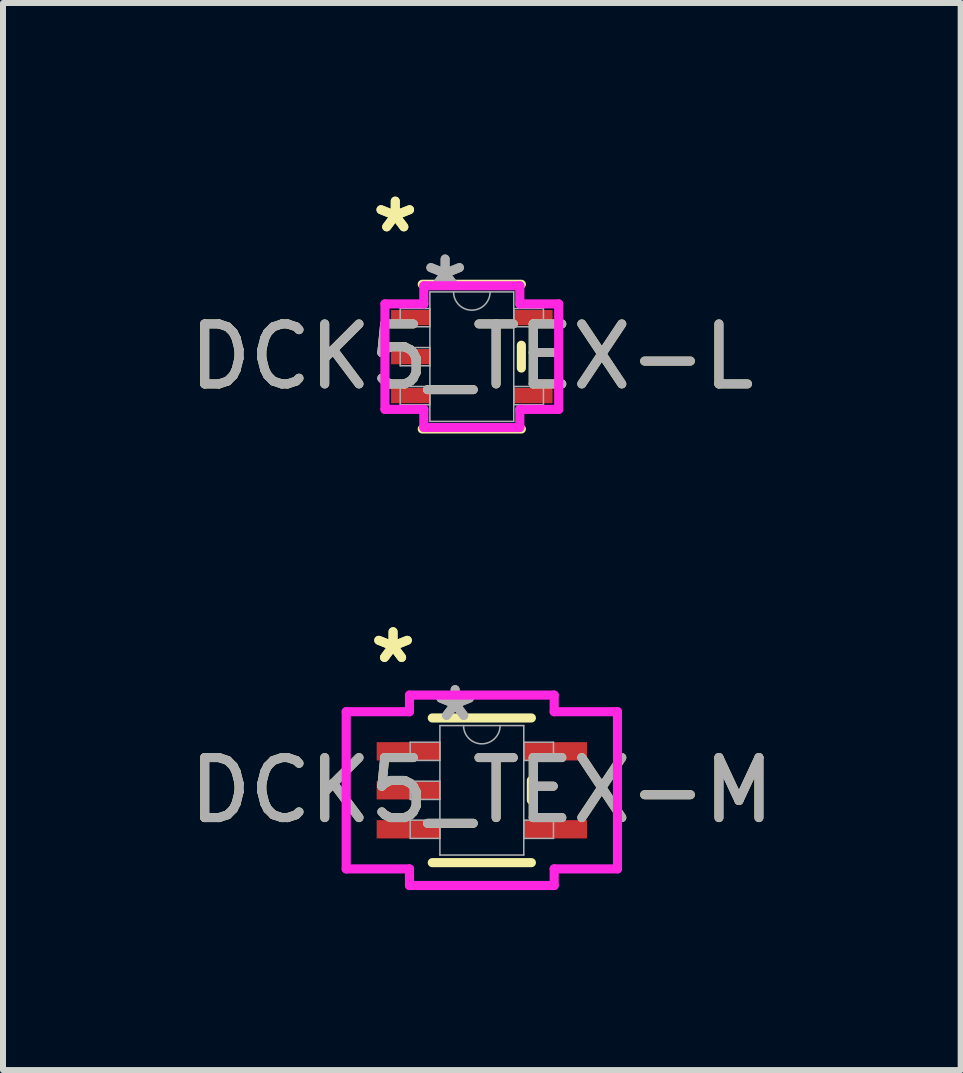
<source format=kicad_pcb>
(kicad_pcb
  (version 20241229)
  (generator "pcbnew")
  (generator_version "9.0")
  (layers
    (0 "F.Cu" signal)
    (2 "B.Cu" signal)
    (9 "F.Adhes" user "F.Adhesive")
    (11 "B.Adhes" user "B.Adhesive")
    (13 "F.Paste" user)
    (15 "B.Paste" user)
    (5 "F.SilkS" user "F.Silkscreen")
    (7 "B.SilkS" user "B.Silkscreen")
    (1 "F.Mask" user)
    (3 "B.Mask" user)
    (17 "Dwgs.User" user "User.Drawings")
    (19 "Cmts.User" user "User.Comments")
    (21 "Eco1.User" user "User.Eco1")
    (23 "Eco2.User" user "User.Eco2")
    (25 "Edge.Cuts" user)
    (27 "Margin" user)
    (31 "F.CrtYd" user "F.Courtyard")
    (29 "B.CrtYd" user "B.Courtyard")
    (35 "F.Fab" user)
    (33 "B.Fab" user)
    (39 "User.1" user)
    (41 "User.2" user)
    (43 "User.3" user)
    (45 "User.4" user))
  (footprint "DCK5_TEX-L"
    (layer "F.Cu")
    (at 4.815 2.895)
    (property "Reference" "DCK5_TEX-L" (at 0 0 0) (unlocked yes) (layer "F.SilkS") (effects (font (size 1 1) (thickness 0.15))))
    (attr smd)
    (fp_line (start -0.826 1.206) (end 0.826 1.206) (stroke (width 0.152) (type solid)) (layer "F.SilkS"))
    (fp_line (start 0.826 -1.206) (end -0.826 -1.206) (stroke (width 0.152) (type solid)) (layer "F.SilkS"))
    (fp_line (start 0.826 0.19) (end 0.826 -0.19) (stroke (width 0.152) (type solid)) (layer "F.SilkS"))
    (fp_line (start -1.448 -0.879) (end -0.8 -0.879) (stroke (width 0.152) (type solid)) (layer "F.CrtYd"))
    (fp_line (start -1.448 0.879) (end -1.448 -0.879) (stroke (width 0.152) (type solid)) (layer "F.CrtYd"))
    (fp_line (start -0.8 -1.181) (end 0.8 -1.181) (stroke (width 0.152) (type solid)) (layer "F.CrtYd"))
    (fp_line (start -0.8 -0.879) (end -0.8 -1.181) (stroke (width 0.152) (type solid)) (layer "F.CrtYd"))
    (fp_line (start -0.8 0.879) (end -1.448 0.879) (stroke (width 0.152) (type solid)) (layer "F.CrtYd"))
    (fp_line (start -0.8 1.181) (end -0.8 0.879) (stroke (width 0.152) (type solid)) (layer "F.CrtYd"))
    (fp_line (start 0.8 -1.181) (end 0.8 -0.879) (stroke (width 0.152) (type solid)) (layer "F.CrtYd"))
    (fp_line (start 0.8 -0.879) (end 1.448 -0.879) (stroke (width 0.152) (type solid)) (layer "F.CrtYd"))
    (fp_line (start 0.8 0.879) (end 0.8 1.181) (stroke (width 0.152) (type solid)) (layer "F.CrtYd"))
    (fp_line (start 0.8 1.181) (end -0.8 1.181) (stroke (width 0.152) (type solid)) (layer "F.CrtYd"))
    (fp_line (start 1.448 -0.879) (end 1.448 0.879) (stroke (width 0.152) (type solid)) (layer "F.CrtYd"))
    (fp_line (start 1.448 0.879) (end 0.8 0.879) (stroke (width 0.152) (type solid)) (layer "F.CrtYd"))
    (fp_line (start -1.194 -0.802) (end -1.194 -0.498) (stroke (width 0.025) (type solid)) (layer "F.Fab"))
    (fp_line (start -1.194 -0.498) (end -0.699 -0.498) (stroke (width 0.025) (type solid)) (layer "F.Fab"))
    (fp_line (start -1.194 -0.152) (end -1.194 0.152) (stroke (width 0.025) (type solid)) (layer "F.Fab"))
    (fp_line (start -1.194 0.152) (end -0.699 0.152) (stroke (width 0.025) (type solid)) (layer "F.Fab"))
    (fp_line (start -1.194 0.498) (end -1.194 0.802) (stroke (width 0.025) (type solid)) (layer "F.Fab"))
    (fp_line (start -1.194 0.802) (end -0.699 0.802) (stroke (width 0.025) (type solid)) (layer "F.Fab"))
    (fp_line (start -0.699 -1.079) (end -0.699 1.079) (stroke (width 0.025) (type solid)) (layer "F.Fab"))
    (fp_line (start -0.699 -0.802) (end -1.194 -0.802) (stroke (width 0.025) (type solid)) (layer "F.Fab"))
    (fp_line (start -0.699 -0.498) (end -0.699 -0.802) (stroke (width 0.025) (type solid)) (layer "F.Fab"))
    (fp_line (start -0.699 -0.152) (end -1.194 -0.152) (stroke (width 0.025) (type solid)) (layer "F.Fab"))
    (fp_line (start -0.699 0.152) (end -0.699 -0.152) (stroke (width 0.025) (type solid)) (layer "F.Fab"))
    (fp_line (start -0.699 0.498) (end -1.194 0.498) (stroke (width 0.025) (type solid)) (layer "F.Fab"))
    (fp_line (start -0.699 0.802) (end -0.699 0.498) (stroke (width 0.025) (type solid)) (layer "F.Fab"))
    (fp_line (start -0.699 1.079) (end 0.699 1.079) (stroke (width 0.025) (type solid)) (layer "F.Fab"))
    (fp_line (start 0.699 -1.079) (end -0.699 -1.079) (stroke (width 0.025) (type solid)) (layer "F.Fab"))
    (fp_line (start 0.699 -0.802) (end 0.699 -0.498) (stroke (width 0.025) (type solid)) (layer "F.Fab"))
    (fp_line (start 0.699 -0.498) (end 1.194 -0.498) (stroke (width 0.025) (type solid)) (layer "F.Fab"))
    (fp_line (start 0.699 0.498) (end 0.699 0.802) (stroke (width 0.025) (type solid)) (layer "F.Fab"))
    (fp_line (start 0.699 0.802) (end 1.194 0.802) (stroke (width 0.025) (type solid)) (layer "F.Fab"))
    (fp_line (start 0.699 1.079) (end 0.699 -1.079) (stroke (width 0.025) (type solid)) (layer "F.Fab"))
    (fp_line (start 1.194 -0.802) (end 0.699 -0.802) (stroke (width 0.025) (type solid)) (layer "F.Fab"))
    (fp_line (start 1.194 -0.498) (end 1.194 -0.802) (stroke (width 0.025) (type solid)) (layer "F.Fab"))
    (fp_line (start 1.194 0.498) (end 0.699 0.498) (stroke (width 0.025) (type solid)) (layer "F.Fab"))
    (fp_line (start 1.194 0.802) (end 1.194 0.498) (stroke (width 0.025) (type solid)) (layer "F.Fab"))
    (fp_arc (start 0.3048 -1.0795) (mid 0 -0.7747) (end -0.3048 -1.0795) (stroke (width 0.0254) (type solid)) (layer "F.Fab"))
    (fp_text user "*" (at -1.276 -2.047 0) (layer "F.SilkS") (effects (font (size 1 1) (thickness 0.15))))
    (fp_text user "*" (at -1.276 -2.047 0) (unlocked yes) (layer "F.SilkS") (effects (font (size 1 1) (thickness 0.15))))
    (fp_text user "*" (at -0.445 -1.082 0) (layer "F.Fab") (effects (font (size 1 1) (thickness 0.15))))
    (fp_text user "${REFERENCE}" (at 0 0 0) (unlocked yes) (layer "F.Fab") (effects (font (size 1 1) (thickness 0.15))))
    (fp_text user "*" (at -0.445 -1.082 0) (unlocked yes) (layer "F.Fab") (effects (font (size 1 1) (thickness 0.15))))
    (pad "1" smd rect (at -1.022 -0.65) (size 0.648 0.254) (layers "F.Cu" "F.Mask" "F.Paste"))
    (pad "2" smd rect (at -1.022 0) (size 0.648 0.254) (layers "F.Cu" "F.Mask" "F.Paste"))
    (pad "3" smd rect (at -1.022 0.65) (size 0.648 0.254) (layers "F.Cu" "F.Mask" "F.Paste"))
    (pad "4" smd rect (at 1.022 0.65) (size 0.648 0.254) (layers "F.Cu" "F.Mask" "F.Paste"))
    (pad "5" smd rect (at 1.022 -0.65) (size 0.648 0.254) (layers "F.Cu" "F.Mask" "F.Paste")))
  (footprint "DCK5_TEX-M"
    (layer "F.Cu")
    (at 4.982 10.124)
    (property "Reference" "DCK5_TEX-M" (at 0 0 0) (unlocked yes) (layer "F.SilkS") (effects (font (size 1 1) (thickness 0.15))))
    (attr smd)
    (fp_line (start -0.826 1.206) (end 0.826 1.206) (stroke (width 0.152) (type solid)) (layer "F.SilkS"))
    (fp_line (start 0.826 -1.206) (end -0.826 -1.206) (stroke (width 0.152) (type solid)) (layer "F.SilkS"))
    (fp_line (start 0.826 0.165) (end 0.826 -0.165) (stroke (width 0.152) (type solid)) (layer "F.SilkS"))
    (fp_line (start -2.261 -1.31) (end -1.206 -1.31) (stroke (width 0.152) (type solid)) (layer "F.CrtYd"))
    (fp_line (start -2.261 1.31) (end -2.261 -1.31) (stroke (width 0.152) (type solid)) (layer "F.CrtYd"))
    (fp_line (start -1.206 -1.587) (end 1.206 -1.587) (stroke (width 0.152) (type solid)) (layer "F.CrtYd"))
    (fp_line (start -1.206 -1.31) (end -1.206 -1.587) (stroke (width 0.152) (type solid)) (layer "F.CrtYd"))
    (fp_line (start -1.206 1.31) (end -2.261 1.31) (stroke (width 0.152) (type solid)) (layer "F.CrtYd"))
    (fp_line (start -1.206 1.587) (end -1.206 1.31) (stroke (width 0.152) (type solid)) (layer "F.CrtYd"))
    (fp_line (start 1.206 -1.587) (end 1.206 -1.31) (stroke (width 0.152) (type solid)) (layer "F.CrtYd"))
    (fp_line (start 1.206 -1.31) (end 2.261 -1.31) (stroke (width 0.152) (type solid)) (layer "F.CrtYd"))
    (fp_line (start 1.206 1.31) (end 1.206 1.587) (stroke (width 0.152) (type solid)) (layer "F.CrtYd"))
    (fp_line (start 1.206 1.587) (end -1.206 1.587) (stroke (width 0.152) (type solid)) (layer "F.CrtYd"))
    (fp_line (start 2.261 -1.31) (end 2.261 1.31) (stroke (width 0.152) (type solid)) (layer "F.CrtYd"))
    (fp_line (start 2.261 1.31) (end 1.206 1.31) (stroke (width 0.152) (type solid)) (layer "F.CrtYd"))
    (fp_line (start -1.194 -0.802) (end -1.194 -0.498) (stroke (width 0.025) (type solid)) (layer "F.Fab"))
    (fp_line (start -1.194 -0.498) (end -0.699 -0.498) (stroke (width 0.025) (type solid)) (layer "F.Fab"))
    (fp_line (start -1.194 -0.152) (end -1.194 0.152) (stroke (width 0.025) (type solid)) (layer "F.Fab"))
    (fp_line (start -1.194 0.152) (end -0.699 0.152) (stroke (width 0.025) (type solid)) (layer "F.Fab"))
    (fp_line (start -1.194 0.498) (end -1.194 0.802) (stroke (width 0.025) (type solid)) (layer "F.Fab"))
    (fp_line (start -1.194 0.802) (end -0.699 0.802) (stroke (width 0.025) (type solid)) (layer "F.Fab"))
    (fp_line (start -0.699 -1.079) (end -0.699 1.079) (stroke (width 0.025) (type solid)) (layer "F.Fab"))
    (fp_line (start -0.699 -0.802) (end -1.194 -0.802) (stroke (width 0.025) (type solid)) (layer "F.Fab"))
    (fp_line (start -0.699 -0.498) (end -0.699 -0.802) (stroke (width 0.025) (type solid)) (layer "F.Fab"))
    (fp_line (start -0.699 -0.152) (end -1.194 -0.152) (stroke (width 0.025) (type solid)) (layer "F.Fab"))
    (fp_line (start -0.699 0.152) (end -0.699 -0.152) (stroke (width 0.025) (type solid)) (layer "F.Fab"))
    (fp_line (start -0.699 0.498) (end -1.194 0.498) (stroke (width 0.025) (type solid)) (layer "F.Fab"))
    (fp_line (start -0.699 0.802) (end -0.699 0.498) (stroke (width 0.025) (type solid)) (layer "F.Fab"))
    (fp_line (start -0.699 1.079) (end 0.699 1.079) (stroke (width 0.025) (type solid)) (layer "F.Fab"))
    (fp_line (start 0.699 -1.079) (end -0.699 -1.079) (stroke (width 0.025) (type solid)) (layer "F.Fab"))
    (fp_line (start 0.699 -0.802) (end 0.699 -0.498) (stroke (width 0.025) (type solid)) (layer "F.Fab"))
    (fp_line (start 0.699 -0.498) (end 1.194 -0.498) (stroke (width 0.025) (type solid)) (layer "F.Fab"))
    (fp_line (start 0.699 0.498) (end 0.699 0.802) (stroke (width 0.025) (type solid)) (layer "F.Fab"))
    (fp_line (start 0.699 0.802) (end 1.194 0.802) (stroke (width 0.025) (type solid)) (layer "F.Fab"))
    (fp_line (start 0.699 1.079) (end 0.699 -1.079) (stroke (width 0.025) (type solid)) (layer "F.Fab"))
    (fp_line (start 1.194 -0.802) (end 0.699 -0.802) (stroke (width 0.025) (type solid)) (layer "F.Fab"))
    (fp_line (start 1.194 -0.498) (end 1.194 -0.802) (stroke (width 0.025) (type solid)) (layer "F.Fab"))
    (fp_line (start 1.194 0.498) (end 0.699 0.498) (stroke (width 0.025) (type solid)) (layer "F.Fab"))
    (fp_line (start 1.194 0.802) (end 1.194 0.498) (stroke (width 0.025) (type solid)) (layer "F.Fab"))
    (fp_arc (start 0.3048 -1.0795) (mid 0 -0.7747) (end -0.3048 -1.0795) (stroke (width 0.0254) (type solid)) (layer "F.Fab"))
    (fp_text user "*" (at -1.48 -2.098 0) (layer "F.SilkS") (effects (font (size 1 1) (thickness 0.15))))
    (fp_text user "*" (at -1.48 -2.098 0) (unlocked yes) (layer "F.SilkS") (effects (font (size 1 1) (thickness 0.15))))
    (fp_text user "*" (at -0.445 -1.133 0) (unlocked yes) (layer "F.Fab") (effects (font (size 1 1) (thickness 0.15))))
    (fp_text user "*" (at -0.445 -1.133 0) (layer "F.Fab") (effects (font (size 1 1) (thickness 0.15))))
    (fp_text user "${REFERENCE}" (at 0 0 0) (unlocked yes) (layer "F.Fab") (effects (font (size 1 1) (thickness 0.15))))
    (pad "1" smd rect (at -1.226 -0.65) (size 1.054 0.305) (layers "F.Cu" "F.Mask" "F.Paste"))
    (pad "2" smd rect (at -1.226 0) (size 1.054 0.305) (layers "F.Cu" "F.Mask" "F.Paste"))
    (pad "3" smd rect (at -1.226 0.65) (size 1.054 0.305) (layers "F.Cu" "F.Mask" "F.Paste"))
    (pad "4" smd rect (at 1.226 0.65) (size 1.054 0.305) (layers "F.Cu" "F.Mask" "F.Paste"))
    (pad "5" smd rect (at 1.226 -0.65) (size 1.054 0.305) (layers "F.Cu" "F.Mask" "F.Paste")))
  (gr_rect
    (start -3 -3)
    (end 12.964 14.788)
    (stroke (width 0.1) (type default))
    (fill no)
    (layer "Edge.Cuts")))
</source>
